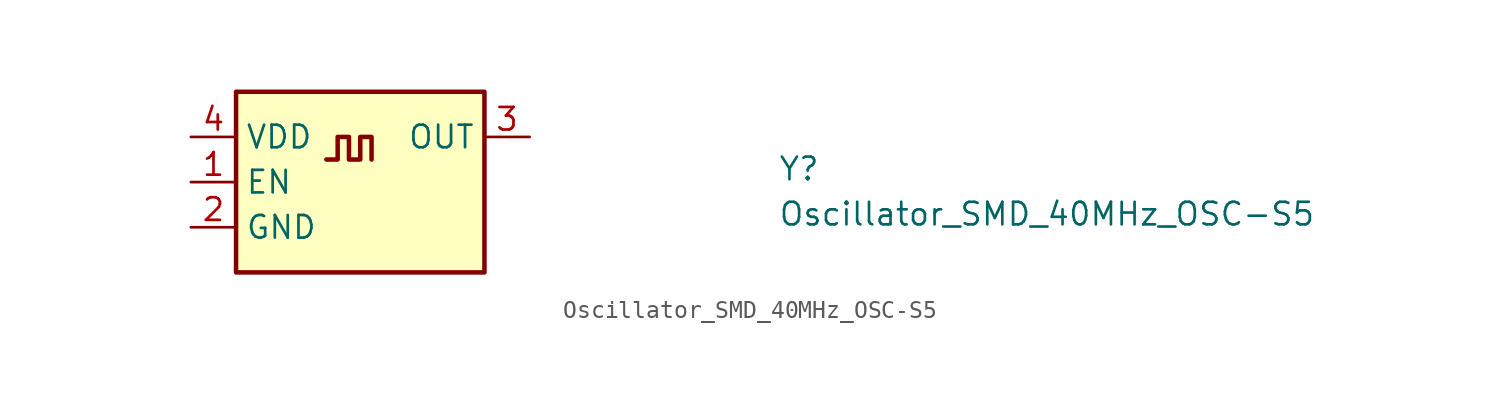
<source format=kicad_sym>
(kicad_symbol_lib
  (version 20211014)
  (generator kicad_symbol_editor)
  (symbol "Oscillator_SMD_40MHz_OSC-S5"
    (property "Reference" "Y"
      (at 33.02 -2.54 0)
      (effects (font (size 1.27 1.27) (thickness 0.15)) (justify left bottom)))
    (property "Value" "Oscillator_SMD_40MHz_OSC-S5"
      (at 33.02 -5.08 0)
      (effects (font (size 1.27 1.27) (thickness 0.15)) (justify left bottom)))
    (symbol "Oscillator_SMD_40MHz_OSC-S5_1_1"
      (polyline (pts (xy 7.62 -1.27) (xy 8.255 -1.27) (xy 8.255 0) (xy 8.89 0) (xy 8.89 -1.27) (xy 9.525 -1.27) (xy 9.525 0) (xy 10.16 0) (xy 10.16 -1.27)) (stroke (width 0.254) (type default) (color 0 0 0 0)) (fill (type background)))
      (rectangle (start 2.54 2.54) (end 16.51 -7.62) (stroke (width 0.254) (type default) (color 0 0 0 0)) (fill (type background)))
      (pin input line (at 0 -2.54 0) (length 2.54) (name "EN" (effects (font (size 1.27 1.27)))) (number "1" (effects (font (size 1.27 1.27)))))
      (pin power_in line (at 0 -5.08 0) (length 2.54) (name "GND" (effects (font (size 1.27 1.27)))) (number "2" (effects (font (size 1.27 1.27)))))
      (pin output line (at 19.05 0 180) (length 2.54) (name "OUT" (effects (font (size 1.27 1.27)))) (number "3" (effects (font (size 1.27 1.27)))))
      (pin power_in line (at 0 0 0) (length 2.54) (name "VDD" (effects (font (size 1.27 1.27)))) (number "4" (effects (font (size 1.27 1.27))))))))
</source>
